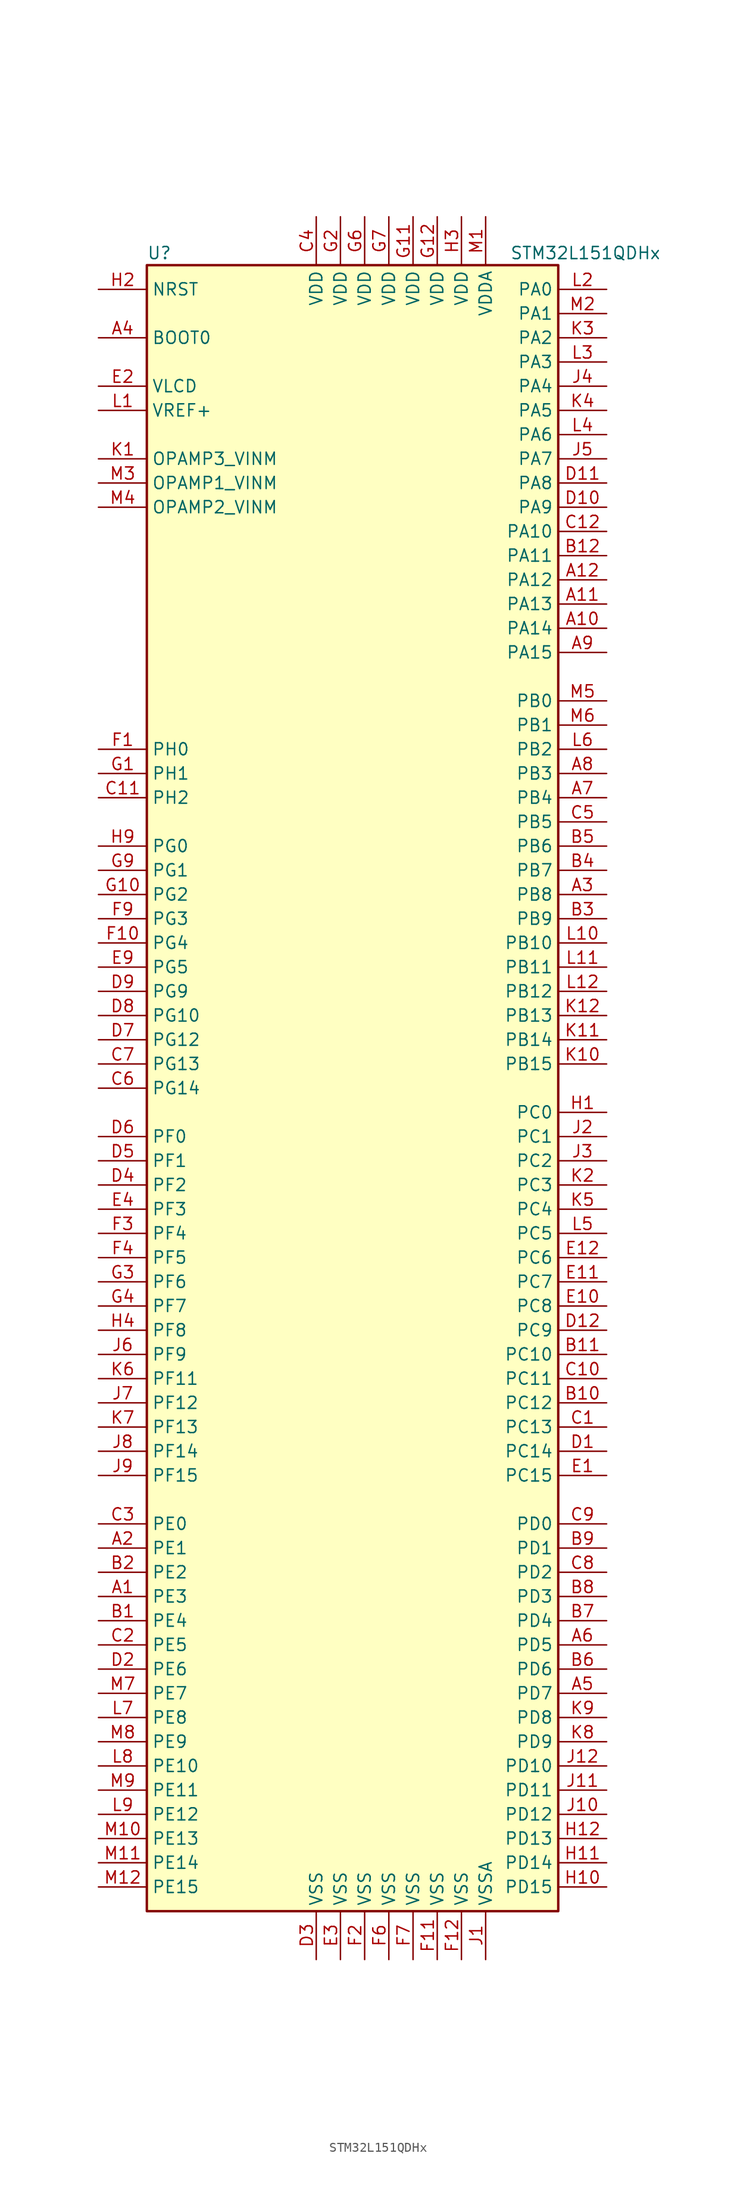
<source format=kicad_sym>
(kicad_symbol_lib
  (version 20211014)
  (generator kicad_symbol_editor)
  (symbol "STM32L151QDHx"
    (property "Reference" "U"
      (at -22.86 87.63 0)
      (effects (font (size 1.27 1.27)) (justify left)))
    (property "Value" "STM32L151QDHx"
      (at 15.24 87.63 0)
      (effects (font (size 1.27 1.27)) (justify left)))
    (symbol "STM32L151QDHx_0_1"
      (rectangle (start -22.86 -86.36) (end 20.32 86.36) (stroke (width 0.254) (type default) (color 0 0 0 0)) (fill (type background))))
    (symbol "STM32L151QDHx_1_1"
      (pin bidirectional line (at -27.94 -53.34 0) (length 5.08) (name "PE3" (effects (font (size 1.27 1.27)))) (number "A1" (effects (font (size 1.27 1.27)))))
      (pin bidirectional line (at 25.4 48.26 180) (length 5.08) (name "PA14" (effects (font (size 1.27 1.27)))) (number "A10" (effects (font (size 1.27 1.27)))))
      (pin bidirectional line (at 25.4 50.8 180) (length 5.08) (name "PA13" (effects (font (size 1.27 1.27)))) (number "A11" (effects (font (size 1.27 1.27)))))
      (pin bidirectional line (at 25.4 53.34 180) (length 5.08) (name "PA12" (effects (font (size 1.27 1.27)))) (number "A12" (effects (font (size 1.27 1.27)))))
      (pin bidirectional line (at -27.94 -48.26 0) (length 5.08) (name "PE1" (effects (font (size 1.27 1.27)))) (number "A2" (effects (font (size 1.27 1.27)))))
      (pin bidirectional line (at 25.4 20.32 180) (length 5.08) (name "PB8" (effects (font (size 1.27 1.27)))) (number "A3" (effects (font (size 1.27 1.27)))))
      (pin input line (at -27.94 78.74 0) (length 5.08) (name "BOOT0" (effects (font (size 1.27 1.27)))) (number "A4" (effects (font (size 1.27 1.27)))))
      (pin bidirectional line (at 25.4 -63.5 180) (length 5.08) (name "PD7" (effects (font (size 1.27 1.27)))) (number "A5" (effects (font (size 1.27 1.27)))))
      (pin bidirectional line (at 25.4 -58.42 180) (length 5.08) (name "PD5" (effects (font (size 1.27 1.27)))) (number "A6" (effects (font (size 1.27 1.27)))))
      (pin bidirectional line (at 25.4 30.48 180) (length 5.08) (name "PB4" (effects (font (size 1.27 1.27)))) (number "A7" (effects (font (size 1.27 1.27)))))
      (pin bidirectional line (at 25.4 33.02 180) (length 5.08) (name "PB3" (effects (font (size 1.27 1.27)))) (number "A8" (effects (font (size 1.27 1.27)))))
      (pin bidirectional line (at 25.4 45.72 180) (length 5.08) (name "PA15" (effects (font (size 1.27 1.27)))) (number "A9" (effects (font (size 1.27 1.27)))))
      (pin bidirectional line (at -27.94 -55.88 0) (length 5.08) (name "PE4" (effects (font (size 1.27 1.27)))) (number "B1" (effects (font (size 1.27 1.27)))))
      (pin bidirectional line (at 25.4 -33.02 180) (length 5.08) (name "PC12" (effects (font (size 1.27 1.27)))) (number "B10" (effects (font (size 1.27 1.27)))))
      (pin bidirectional line (at 25.4 -27.94 180) (length 5.08) (name "PC10" (effects (font (size 1.27 1.27)))) (number "B11" (effects (font (size 1.27 1.27)))))
      (pin bidirectional line (at 25.4 55.88 180) (length 5.08) (name "PA11" (effects (font (size 1.27 1.27)))) (number "B12" (effects (font (size 1.27 1.27)))))
      (pin bidirectional line (at -27.94 -50.8 0) (length 5.08) (name "PE2" (effects (font (size 1.27 1.27)))) (number "B2" (effects (font (size 1.27 1.27)))))
      (pin bidirectional line (at 25.4 17.78 180) (length 5.08) (name "PB9" (effects (font (size 1.27 1.27)))) (number "B3" (effects (font (size 1.27 1.27)))))
      (pin bidirectional line (at 25.4 22.86 180) (length 5.08) (name "PB7" (effects (font (size 1.27 1.27)))) (number "B4" (effects (font (size 1.27 1.27)))))
      (pin bidirectional line (at 25.4 25.4 180) (length 5.08) (name "PB6" (effects (font (size 1.27 1.27)))) (number "B5" (effects (font (size 1.27 1.27)))))
      (pin bidirectional line (at 25.4 -60.96 180) (length 5.08) (name "PD6" (effects (font (size 1.27 1.27)))) (number "B6" (effects (font (size 1.27 1.27)))))
      (pin bidirectional line (at 25.4 -55.88 180) (length 5.08) (name "PD4" (effects (font (size 1.27 1.27)))) (number "B7" (effects (font (size 1.27 1.27)))))
      (pin bidirectional line (at 25.4 -53.34 180) (length 5.08) (name "PD3" (effects (font (size 1.27 1.27)))) (number "B8" (effects (font (size 1.27 1.27)))))
      (pin bidirectional line (at 25.4 -48.26 180) (length 5.08) (name "PD1" (effects (font (size 1.27 1.27)))) (number "B9" (effects (font (size 1.27 1.27)))))
      (pin bidirectional line (at 25.4 -35.56 180) (length 5.08) (name "PC13" (effects (font (size 1.27 1.27)))) (number "C1" (effects (font (size 1.27 1.27)))))
      (pin bidirectional line (at 25.4 -30.48 180) (length 5.08) (name "PC11" (effects (font (size 1.27 1.27)))) (number "C10" (effects (font (size 1.27 1.27)))))
      (pin bidirectional line (at -27.94 30.48 0) (length 5.08) (name "PH2" (effects (font (size 1.27 1.27)))) (number "C11" (effects (font (size 1.27 1.27)))))
      (pin bidirectional line (at 25.4 58.42 180) (length 5.08) (name "PA10" (effects (font (size 1.27 1.27)))) (number "C12" (effects (font (size 1.27 1.27)))))
      (pin bidirectional line (at -27.94 -58.42 0) (length 5.08) (name "PE5" (effects (font (size 1.27 1.27)))) (number "C2" (effects (font (size 1.27 1.27)))))
      (pin bidirectional line (at -27.94 -45.72 0) (length 5.08) (name "PE0" (effects (font (size 1.27 1.27)))) (number "C3" (effects (font (size 1.27 1.27)))))
      (pin power_in line (at -5.08 91.44 270) (length 5.08) (name "VDD" (effects (font (size 1.27 1.27)))) (number "C4" (effects (font (size 1.27 1.27)))))
      (pin bidirectional line (at 25.4 27.94 180) (length 5.08) (name "PB5" (effects (font (size 1.27 1.27)))) (number "C5" (effects (font (size 1.27 1.27)))))
      (pin bidirectional line (at -27.94 0 0) (length 5.08) (name "PG14" (effects (font (size 1.27 1.27)))) (number "C6" (effects (font (size 1.27 1.27)))))
      (pin bidirectional line (at -27.94 2.54 0) (length 5.08) (name "PG13" (effects (font (size 1.27 1.27)))) (number "C7" (effects (font (size 1.27 1.27)))))
      (pin bidirectional line (at 25.4 -50.8 180) (length 5.08) (name "PD2" (effects (font (size 1.27 1.27)))) (number "C8" (effects (font (size 1.27 1.27)))))
      (pin bidirectional line (at 25.4 -45.72 180) (length 5.08) (name "PD0" (effects (font (size 1.27 1.27)))) (number "C9" (effects (font (size 1.27 1.27)))))
      (pin bidirectional line (at 25.4 -38.1 180) (length 5.08) (name "PC14" (effects (font (size 1.27 1.27)))) (number "D1" (effects (font (size 1.27 1.27)))))
      (pin bidirectional line (at 25.4 60.96 180) (length 5.08) (name "PA9" (effects (font (size 1.27 1.27)))) (number "D10" (effects (font (size 1.27 1.27)))))
      (pin bidirectional line (at 25.4 63.5 180) (length 5.08) (name "PA8" (effects (font (size 1.27 1.27)))) (number "D11" (effects (font (size 1.27 1.27)))))
      (pin bidirectional line (at 25.4 -25.4 180) (length 5.08) (name "PC9" (effects (font (size 1.27 1.27)))) (number "D12" (effects (font (size 1.27 1.27)))))
      (pin bidirectional line (at -27.94 -60.96 0) (length 5.08) (name "PE6" (effects (font (size 1.27 1.27)))) (number "D2" (effects (font (size 1.27 1.27)))))
      (pin power_in line (at -5.08 -91.44 90) (length 5.08) (name "VSS" (effects (font (size 1.27 1.27)))) (number "D3" (effects (font (size 1.27 1.27)))))
      (pin bidirectional line (at -27.94 -10.16 0) (length 5.08) (name "PF2" (effects (font (size 1.27 1.27)))) (number "D4" (effects (font (size 1.27 1.27)))))
      (pin bidirectional line (at -27.94 -7.62 0) (length 5.08) (name "PF1" (effects (font (size 1.27 1.27)))) (number "D5" (effects (font (size 1.27 1.27)))))
      (pin bidirectional line (at -27.94 -5.08 0) (length 5.08) (name "PF0" (effects (font (size 1.27 1.27)))) (number "D6" (effects (font (size 1.27 1.27)))))
      (pin bidirectional line (at -27.94 5.08 0) (length 5.08) (name "PG12" (effects (font (size 1.27 1.27)))) (number "D7" (effects (font (size 1.27 1.27)))))
      (pin bidirectional line (at -27.94 7.62 0) (length 5.08) (name "PG10" (effects (font (size 1.27 1.27)))) (number "D8" (effects (font (size 1.27 1.27)))))
      (pin bidirectional line (at -27.94 10.16 0) (length 5.08) (name "PG9" (effects (font (size 1.27 1.27)))) (number "D9" (effects (font (size 1.27 1.27)))))
      (pin bidirectional line (at 25.4 -40.64 180) (length 5.08) (name "PC15" (effects (font (size 1.27 1.27)))) (number "E1" (effects (font (size 1.27 1.27)))))
      (pin bidirectional line (at 25.4 -22.86 180) (length 5.08) (name "PC8" (effects (font (size 1.27 1.27)))) (number "E10" (effects (font (size 1.27 1.27)))))
      (pin bidirectional line (at 25.4 -20.32 180) (length 5.08) (name "PC7" (effects (font (size 1.27 1.27)))) (number "E11" (effects (font (size 1.27 1.27)))))
      (pin bidirectional line (at 25.4 -17.78 180) (length 5.08) (name "PC6" (effects (font (size 1.27 1.27)))) (number "E12" (effects (font (size 1.27 1.27)))))
      (pin power_in line (at -27.94 73.66 0) (length 5.08) (name "VLCD" (effects (font (size 1.27 1.27)))) (number "E2" (effects (font (size 1.27 1.27)))))
      (pin power_in line (at -2.54 -91.44 90) (length 5.08) (name "VSS" (effects (font (size 1.27 1.27)))) (number "E3" (effects (font (size 1.27 1.27)))))
      (pin bidirectional line (at -27.94 -12.7 0) (length 5.08) (name "PF3" (effects (font (size 1.27 1.27)))) (number "E4" (effects (font (size 1.27 1.27)))))
      (pin bidirectional line (at -27.94 12.7 0) (length 5.08) (name "PG5" (effects (font (size 1.27 1.27)))) (number "E9" (effects (font (size 1.27 1.27)))))
      (pin input line (at -27.94 35.56 0) (length 5.08) (name "PH0" (effects (font (size 1.27 1.27)))) (number "F1" (effects (font (size 1.27 1.27)))))
      (pin bidirectional line (at -27.94 15.24 0) (length 5.08) (name "PG4" (effects (font (size 1.27 1.27)))) (number "F10" (effects (font (size 1.27 1.27)))))
      (pin power_in line (at 7.62 -91.44 90) (length 5.08) (name "VSS" (effects (font (size 1.27 1.27)))) (number "F11" (effects (font (size 1.27 1.27)))))
      (pin power_in line (at 10.16 -91.44 90) (length 5.08) (name "VSS" (effects (font (size 1.27 1.27)))) (number "F12" (effects (font (size 1.27 1.27)))))
      (pin power_in line (at 0 -91.44 90) (length 5.08) (name "VSS" (effects (font (size 1.27 1.27)))) (number "F2" (effects (font (size 1.27 1.27)))))
      (pin bidirectional line (at -27.94 -15.24 0) (length 5.08) (name "PF4" (effects (font (size 1.27 1.27)))) (number "F3" (effects (font (size 1.27 1.27)))))
      (pin bidirectional line (at -27.94 -17.78 0) (length 5.08) (name "PF5" (effects (font (size 1.27 1.27)))) (number "F4" (effects (font (size 1.27 1.27)))))
      (pin power_in line (at 2.54 -91.44 90) (length 5.08) (name "VSS" (effects (font (size 1.27 1.27)))) (number "F6" (effects (font (size 1.27 1.27)))))
      (pin power_in line (at 5.08 -91.44 90) (length 5.08) (name "VSS" (effects (font (size 1.27 1.27)))) (number "F7" (effects (font (size 1.27 1.27)))))
      (pin bidirectional line (at -27.94 17.78 0) (length 5.08) (name "PG3" (effects (font (size 1.27 1.27)))) (number "F9" (effects (font (size 1.27 1.27)))))
      (pin input line (at -27.94 33.02 0) (length 5.08) (name "PH1" (effects (font (size 1.27 1.27)))) (number "G1" (effects (font (size 1.27 1.27)))))
      (pin bidirectional line (at -27.94 20.32 0) (length 5.08) (name "PG2" (effects (font (size 1.27 1.27)))) (number "G10" (effects (font (size 1.27 1.27)))))
      (pin power_in line (at 5.08 91.44 270) (length 5.08) (name "VDD" (effects (font (size 1.27 1.27)))) (number "G11" (effects (font (size 1.27 1.27)))))
      (pin power_in line (at 7.62 91.44 270) (length 5.08) (name "VDD" (effects (font (size 1.27 1.27)))) (number "G12" (effects (font (size 1.27 1.27)))))
      (pin power_in line (at -2.54 91.44 270) (length 5.08) (name "VDD" (effects (font (size 1.27 1.27)))) (number "G2" (effects (font (size 1.27 1.27)))))
      (pin bidirectional line (at -27.94 -20.32 0) (length 5.08) (name "PF6" (effects (font (size 1.27 1.27)))) (number "G3" (effects (font (size 1.27 1.27)))))
      (pin bidirectional line (at -27.94 -22.86 0) (length 5.08) (name "PF7" (effects (font (size 1.27 1.27)))) (number "G4" (effects (font (size 1.27 1.27)))))
      (pin power_in line (at 0 91.44 270) (length 5.08) (name "VDD" (effects (font (size 1.27 1.27)))) (number "G6" (effects (font (size 1.27 1.27)))))
      (pin power_in line (at 2.54 91.44 270) (length 5.08) (name "VDD" (effects (font (size 1.27 1.27)))) (number "G7" (effects (font (size 1.27 1.27)))))
      (pin bidirectional line (at -27.94 22.86 0) (length 5.08) (name "PG1" (effects (font (size 1.27 1.27)))) (number "G9" (effects (font (size 1.27 1.27)))))
      (pin bidirectional line (at 25.4 -2.54 180) (length 5.08) (name "PC0" (effects (font (size 1.27 1.27)))) (number "H1" (effects (font (size 1.27 1.27)))))
      (pin bidirectional line (at 25.4 -83.82 180) (length 5.08) (name "PD15" (effects (font (size 1.27 1.27)))) (number "H10" (effects (font (size 1.27 1.27)))))
      (pin bidirectional line (at 25.4 -81.28 180) (length 5.08) (name "PD14" (effects (font (size 1.27 1.27)))) (number "H11" (effects (font (size 1.27 1.27)))))
      (pin bidirectional line (at 25.4 -78.74 180) (length 5.08) (name "PD13" (effects (font (size 1.27 1.27)))) (number "H12" (effects (font (size 1.27 1.27)))))
      (pin input line (at -27.94 83.82 0) (length 5.08) (name "NRST" (effects (font (size 1.27 1.27)))) (number "H2" (effects (font (size 1.27 1.27)))))
      (pin power_in line (at 10.16 91.44 270) (length 5.08) (name "VDD" (effects (font (size 1.27 1.27)))) (number "H3" (effects (font (size 1.27 1.27)))))
      (pin bidirectional line (at -27.94 -25.4 0) (length 5.08) (name "PF8" (effects (font (size 1.27 1.27)))) (number "H4" (effects (font (size 1.27 1.27)))))
      (pin bidirectional line (at -27.94 25.4 0) (length 5.08) (name "PG0" (effects (font (size 1.27 1.27)))) (number "H9" (effects (font (size 1.27 1.27)))))
      (pin power_in line (at 12.7 -91.44 90) (length 5.08) (name "VSSA" (effects (font (size 1.27 1.27)))) (number "J1" (effects (font (size 1.27 1.27)))))
      (pin bidirectional line (at 25.4 -76.2 180) (length 5.08) (name "PD12" (effects (font (size 1.27 1.27)))) (number "J10" (effects (font (size 1.27 1.27)))))
      (pin bidirectional line (at 25.4 -73.66 180) (length 5.08) (name "PD11" (effects (font (size 1.27 1.27)))) (number "J11" (effects (font (size 1.27 1.27)))))
      (pin bidirectional line (at 25.4 -71.12 180) (length 5.08) (name "PD10" (effects (font (size 1.27 1.27)))) (number "J12" (effects (font (size 1.27 1.27)))))
      (pin bidirectional line (at 25.4 -5.08 180) (length 5.08) (name "PC1" (effects (font (size 1.27 1.27)))) (number "J2" (effects (font (size 1.27 1.27)))))
      (pin bidirectional line (at 25.4 -7.62 180) (length 5.08) (name "PC2" (effects (font (size 1.27 1.27)))) (number "J3" (effects (font (size 1.27 1.27)))))
      (pin bidirectional line (at 25.4 73.66 180) (length 5.08) (name "PA4" (effects (font (size 1.27 1.27)))) (number "J4" (effects (font (size 1.27 1.27)))))
      (pin bidirectional line (at 25.4 66.04 180) (length 5.08) (name "PA7" (effects (font (size 1.27 1.27)))) (number "J5" (effects (font (size 1.27 1.27)))))
      (pin bidirectional line (at -27.94 -27.94 0) (length 5.08) (name "PF9" (effects (font (size 1.27 1.27)))) (number "J6" (effects (font (size 1.27 1.27)))))
      (pin bidirectional line (at -27.94 -33.02 0) (length 5.08) (name "PF12" (effects (font (size 1.27 1.27)))) (number "J7" (effects (font (size 1.27 1.27)))))
      (pin bidirectional line (at -27.94 -38.1 0) (length 5.08) (name "PF14" (effects (font (size 1.27 1.27)))) (number "J8" (effects (font (size 1.27 1.27)))))
      (pin bidirectional line (at -27.94 -40.64 0) (length 5.08) (name "PF15" (effects (font (size 1.27 1.27)))) (number "J9" (effects (font (size 1.27 1.27)))))
      (pin bidirectional line (at -27.94 66.04 0) (length 5.08) (name "OPAMP3_VINM" (effects (font (size 1.27 1.27)))) (number "K1" (effects (font (size 1.27 1.27)))))
      (pin bidirectional line (at 25.4 2.54 180) (length 5.08) (name "PB15" (effects (font (size 1.27 1.27)))) (number "K10" (effects (font (size 1.27 1.27)))))
      (pin bidirectional line (at 25.4 5.08 180) (length 5.08) (name "PB14" (effects (font (size 1.27 1.27)))) (number "K11" (effects (font (size 1.27 1.27)))))
      (pin bidirectional line (at 25.4 7.62 180) (length 5.08) (name "PB13" (effects (font (size 1.27 1.27)))) (number "K12" (effects (font (size 1.27 1.27)))))
      (pin bidirectional line (at 25.4 -10.16 180) (length 5.08) (name "PC3" (effects (font (size 1.27 1.27)))) (number "K2" (effects (font (size 1.27 1.27)))))
      (pin bidirectional line (at 25.4 78.74 180) (length 5.08) (name "PA2" (effects (font (size 1.27 1.27)))) (number "K3" (effects (font (size 1.27 1.27)))))
      (pin bidirectional line (at 25.4 71.12 180) (length 5.08) (name "PA5" (effects (font (size 1.27 1.27)))) (number "K4" (effects (font (size 1.27 1.27)))))
      (pin bidirectional line (at 25.4 -12.7 180) (length 5.08) (name "PC4" (effects (font (size 1.27 1.27)))) (number "K5" (effects (font (size 1.27 1.27)))))
      (pin bidirectional line (at -27.94 -30.48 0) (length 5.08) (name "PF11" (effects (font (size 1.27 1.27)))) (number "K6" (effects (font (size 1.27 1.27)))))
      (pin bidirectional line (at -27.94 -35.56 0) (length 5.08) (name "PF13" (effects (font (size 1.27 1.27)))) (number "K7" (effects (font (size 1.27 1.27)))))
      (pin bidirectional line (at 25.4 -68.58 180) (length 5.08) (name "PD9" (effects (font (size 1.27 1.27)))) (number "K8" (effects (font (size 1.27 1.27)))))
      (pin bidirectional line (at 25.4 -66.04 180) (length 5.08) (name "PD8" (effects (font (size 1.27 1.27)))) (number "K9" (effects (font (size 1.27 1.27)))))
      (pin power_in line (at -27.94 71.12 0) (length 5.08) (name "VREF+" (effects (font (size 1.27 1.27)))) (number "L1" (effects (font (size 1.27 1.27)))))
      (pin bidirectional line (at 25.4 15.24 180) (length 5.08) (name "PB10" (effects (font (size 1.27 1.27)))) (number "L10" (effects (font (size 1.27 1.27)))))
      (pin bidirectional line (at 25.4 12.7 180) (length 5.08) (name "PB11" (effects (font (size 1.27 1.27)))) (number "L11" (effects (font (size 1.27 1.27)))))
      (pin bidirectional line (at 25.4 10.16 180) (length 5.08) (name "PB12" (effects (font (size 1.27 1.27)))) (number "L12" (effects (font (size 1.27 1.27)))))
      (pin bidirectional line (at 25.4 83.82 180) (length 5.08) (name "PA0" (effects (font (size 1.27 1.27)))) (number "L2" (effects (font (size 1.27 1.27)))))
      (pin bidirectional line (at 25.4 76.2 180) (length 5.08) (name "PA3" (effects (font (size 1.27 1.27)))) (number "L3" (effects (font (size 1.27 1.27)))))
      (pin bidirectional line (at 25.4 68.58 180) (length 5.08) (name "PA6" (effects (font (size 1.27 1.27)))) (number "L4" (effects (font (size 1.27 1.27)))))
      (pin bidirectional line (at 25.4 -15.24 180) (length 5.08) (name "PC5" (effects (font (size 1.27 1.27)))) (number "L5" (effects (font (size 1.27 1.27)))))
      (pin bidirectional line (at 25.4 35.56 180) (length 5.08) (name "PB2" (effects (font (size 1.27 1.27)))) (number "L6" (effects (font (size 1.27 1.27)))))
      (pin bidirectional line (at -27.94 -66.04 0) (length 5.08) (name "PE8" (effects (font (size 1.27 1.27)))) (number "L7" (effects (font (size 1.27 1.27)))))
      (pin bidirectional line (at -27.94 -71.12 0) (length 5.08) (name "PE10" (effects (font (size 1.27 1.27)))) (number "L8" (effects (font (size 1.27 1.27)))))
      (pin bidirectional line (at -27.94 -76.2 0) (length 5.08) (name "PE12" (effects (font (size 1.27 1.27)))) (number "L9" (effects (font (size 1.27 1.27)))))
      (pin power_in line (at 12.7 91.44 270) (length 5.08) (name "VDDA" (effects (font (size 1.27 1.27)))) (number "M1" (effects (font (size 1.27 1.27)))))
      (pin bidirectional line (at -27.94 -78.74 0) (length 5.08) (name "PE13" (effects (font (size 1.27 1.27)))) (number "M10" (effects (font (size 1.27 1.27)))))
      (pin bidirectional line (at -27.94 -81.28 0) (length 5.08) (name "PE14" (effects (font (size 1.27 1.27)))) (number "M11" (effects (font (size 1.27 1.27)))))
      (pin bidirectional line (at -27.94 -83.82 0) (length 5.08) (name "PE15" (effects (font (size 1.27 1.27)))) (number "M12" (effects (font (size 1.27 1.27)))))
      (pin bidirectional line (at 25.4 81.28 180) (length 5.08) (name "PA1" (effects (font (size 1.27 1.27)))) (number "M2" (effects (font (size 1.27 1.27)))))
      (pin bidirectional line (at -27.94 63.5 0) (length 5.08) (name "OPAMP1_VINM" (effects (font (size 1.27 1.27)))) (number "M3" (effects (font (size 1.27 1.27)))))
      (pin bidirectional line (at -27.94 60.96 0) (length 5.08) (name "OPAMP2_VINM" (effects (font (size 1.27 1.27)))) (number "M4" (effects (font (size 1.27 1.27)))))
      (pin bidirectional line (at 25.4 40.64 180) (length 5.08) (name "PB0" (effects (font (size 1.27 1.27)))) (number "M5" (effects (font (size 1.27 1.27)))))
      (pin bidirectional line (at 25.4 38.1 180) (length 5.08) (name "PB1" (effects (font (size 1.27 1.27)))) (number "M6" (effects (font (size 1.27 1.27)))))
      (pin bidirectional line (at -27.94 -63.5 0) (length 5.08) (name "PE7" (effects (font (size 1.27 1.27)))) (number "M7" (effects (font (size 1.27 1.27)))))
      (pin bidirectional line (at -27.94 -68.58 0) (length 5.08) (name "PE9" (effects (font (size 1.27 1.27)))) (number "M8" (effects (font (size 1.27 1.27)))))
      (pin bidirectional line (at -27.94 -73.66 0) (length 5.08) (name "PE11" (effects (font (size 1.27 1.27)))) (number "M9" (effects (font (size 1.27 1.27))))))))
</source>
